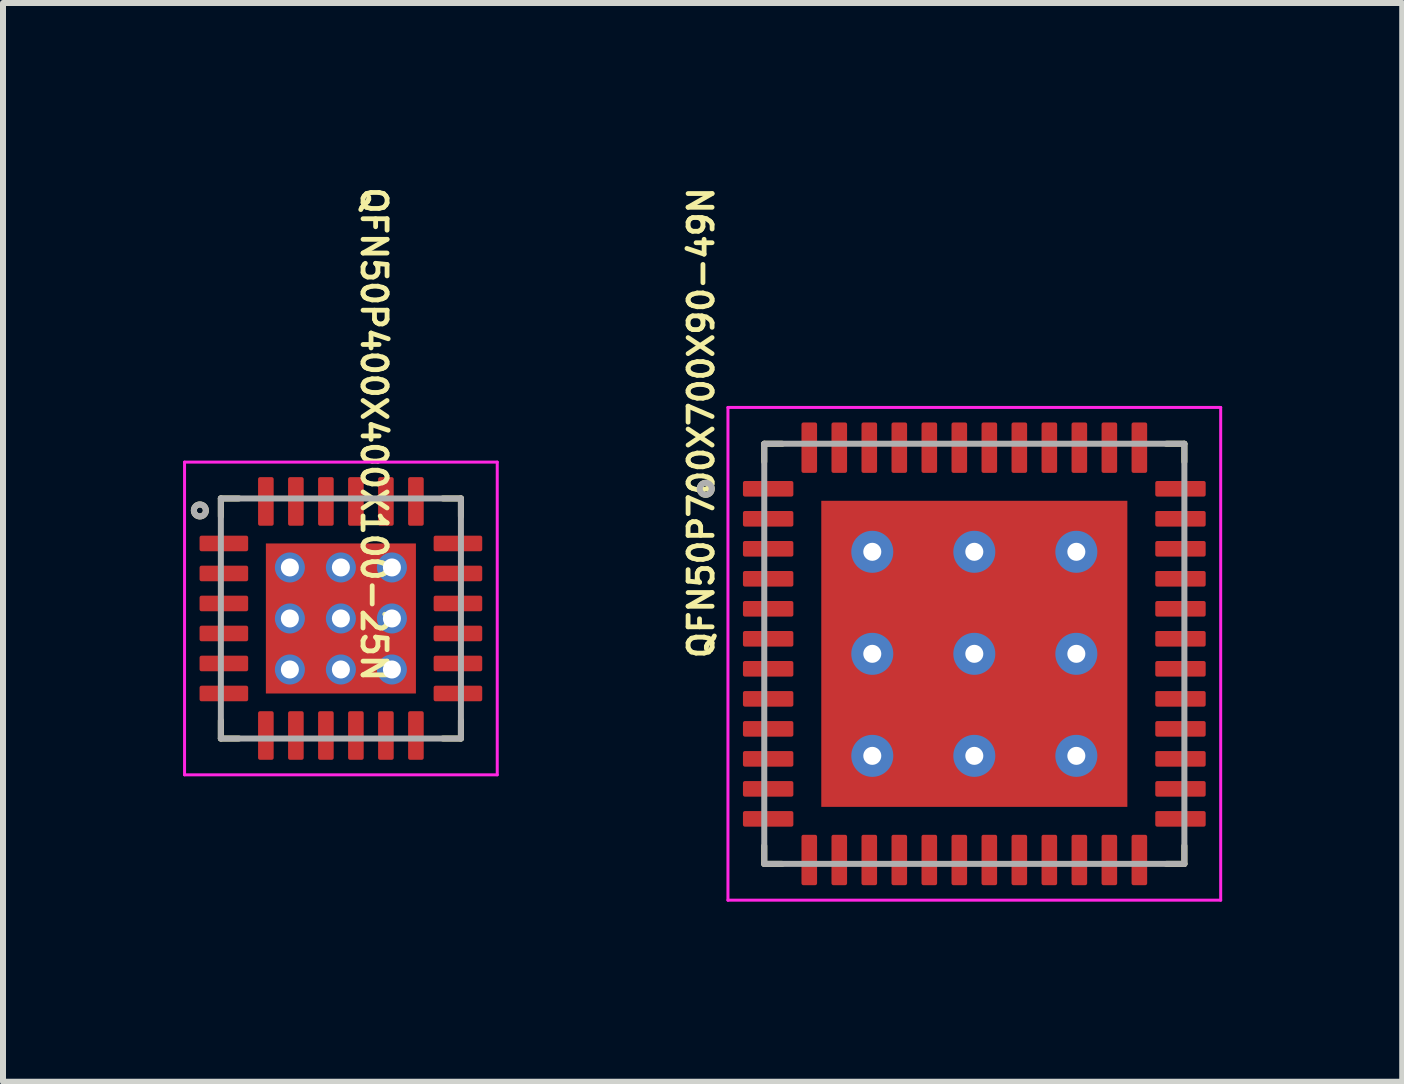
<source format=kicad_pcb>
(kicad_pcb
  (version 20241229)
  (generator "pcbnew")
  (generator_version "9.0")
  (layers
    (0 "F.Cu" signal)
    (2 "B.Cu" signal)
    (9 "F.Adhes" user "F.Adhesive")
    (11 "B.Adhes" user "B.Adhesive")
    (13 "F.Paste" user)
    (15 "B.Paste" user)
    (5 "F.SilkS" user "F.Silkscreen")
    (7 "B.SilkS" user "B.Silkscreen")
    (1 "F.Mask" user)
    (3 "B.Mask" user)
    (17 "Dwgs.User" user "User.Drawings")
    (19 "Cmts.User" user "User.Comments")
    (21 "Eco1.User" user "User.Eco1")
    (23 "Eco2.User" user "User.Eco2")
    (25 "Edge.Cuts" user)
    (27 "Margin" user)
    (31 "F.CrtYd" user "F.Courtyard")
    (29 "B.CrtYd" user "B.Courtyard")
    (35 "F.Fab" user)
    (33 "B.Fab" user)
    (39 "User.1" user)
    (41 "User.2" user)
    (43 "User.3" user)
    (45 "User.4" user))
  (footprint "QFN50P400X400X100-25N"
    (layer "F.Cu")
    (at 2.63 7.255)
    (property "Reference" "QFN50P400X400X100-25N" (at 0.55 -3.07 270) (unlocked yes) (layer "F.SilkS") (effects (font (size 0.4 0.4) (thickness 0.08))))
    (attr smd)
    (fp_line (start -2 -2) (end -2 -1.7) (stroke (width 0.1) (type solid)) (layer "F.SilkS"))
    (fp_line (start -2 -2) (end -1.7 -2) (stroke (width 0.1) (type solid)) (layer "F.SilkS"))
    (fp_line (start -2 2) (end -2 1.7) (stroke (width 0.1) (type solid)) (layer "F.SilkS"))
    (fp_line (start -2 2) (end -1.7 2) (stroke (width 0.1) (type solid)) (layer "F.SilkS"))
    (fp_line (start 2 -2) (end 1.7 -2) (stroke (width 0.1) (type solid)) (layer "F.SilkS"))
    (fp_line (start 2 -2) (end 2 -1.7) (stroke (width 0.1) (type solid)) (layer "F.SilkS"))
    (fp_line (start 2 2) (end 1.7 2) (stroke (width 0.1) (type solid)) (layer "F.SilkS"))
    (fp_line (start 2 2) (end 2 1.7) (stroke (width 0.1) (type solid)) (layer "F.SilkS"))
    (fp_circle (center -2.35 -1.8) (end -2.25 -1.8) (stroke (width 0.1) (type solid)) (fill no) (layer "F.SilkS"))
    (fp_poly (pts (xy -0.79 -0.79) (xy 0.79 -0.79) (xy 0.79 0.79) (xy -0.79 0.79)) (stroke (width 0.1) (type solid)) (fill yes) (layer "F.Paste"))
    (fp_line (start -2.605 -2.605) (end 2.605 -2.605) (stroke (width 0.05) (type solid)) (layer "F.CrtYd"))
    (fp_line (start -2.605 2.605) (end -2.605 -2.605) (stroke (width 0.05) (type solid)) (layer "F.CrtYd"))
    (fp_line (start -2.605 2.605) (end 2.605 2.605) (stroke (width 0.05) (type solid)) (layer "F.CrtYd"))
    (fp_line (start 2.605 2.605) (end 2.605 -2.605) (stroke (width 0.05) (type solid)) (layer "F.CrtYd"))
    (fp_line (start -2 2) (end -2 -2) (stroke (width 0.1) (type solid)) (layer "F.Fab"))
    (fp_line (start 2 -2) (end -2 -2) (stroke (width 0.1) (type solid)) (layer "F.Fab"))
    (fp_line (start 2 2) (end -2 2) (stroke (width 0.1) (type solid)) (layer "F.Fab"))
    (fp_line (start 2 2) (end 2 -2) (stroke (width 0.1) (type solid)) (layer "F.Fab"))
    (fp_circle (center -2.35 -1.8) (end -2.25 -1.8) (stroke (width 0.1) (type solid)) (fill no) (layer "F.Fab"))
    (pad "1" smd roundrect (at -1.95 -1.25) (size 0.81 0.26) (layers "F.Cu" "F.Mask" "F.Paste") (roundrect_rratio 0.125))
    (pad "2" smd roundrect (at -1.95 -0.75) (size 0.81 0.26) (layers "F.Cu" "F.Mask" "F.Paste") (roundrect_rratio 0.125))
    (pad "3" smd roundrect (at -1.95 -0.25) (size 0.81 0.26) (layers "F.Cu" "F.Mask" "F.Paste") (roundrect_rratio 0.125))
    (pad "4" smd roundrect (at -1.95 0.25) (size 0.81 0.26) (layers "F.Cu" "F.Mask" "F.Paste") (roundrect_rratio 0.125))
    (pad "5" smd roundrect (at -1.95 0.75) (size 0.81 0.26) (layers "F.Cu" "F.Mask" "F.Paste") (roundrect_rratio 0.125))
    (pad "6" smd roundrect (at -1.95 1.25) (size 0.81 0.26) (layers "F.Cu" "F.Mask" "F.Paste") (roundrect_rratio 0.125))
    (pad "7" smd roundrect (at -1.25 1.95) (size 0.26 0.81) (layers "F.Cu" "F.Mask" "F.Paste") (roundrect_rratio 0.125))
    (pad "8" smd roundrect (at -0.75 1.95) (size 0.26 0.81) (layers "F.Cu" "F.Mask" "F.Paste") (roundrect_rratio 0.125))
    (pad "9" smd roundrect (at -0.25 1.95) (size 0.26 0.81) (layers "F.Cu" "F.Mask" "F.Paste") (roundrect_rratio 0.125))
    (pad "10" smd roundrect (at 0.25 1.95) (size 0.26 0.81) (layers "F.Cu" "F.Mask" "F.Paste") (roundrect_rratio 0.125))
    (pad "11" smd roundrect (at 0.75 1.95) (size 0.26 0.81) (layers "F.Cu" "F.Mask" "F.Paste") (roundrect_rratio 0.125))
    (pad "12" smd roundrect (at 1.25 1.95) (size 0.26 0.81) (layers "F.Cu" "F.Mask" "F.Paste") (roundrect_rratio 0.125))
    (pad "13" smd roundrect (at 1.95 1.25) (size 0.81 0.26) (layers "F.Cu" "F.Mask" "F.Paste") (roundrect_rratio 0.125))
    (pad "14" smd roundrect (at 1.95 0.75) (size 0.81 0.26) (layers "F.Cu" "F.Mask" "F.Paste") (roundrect_rratio 0.125))
    (pad "15" smd roundrect (at 1.95 0.25) (size 0.81 0.26) (layers "F.Cu" "F.Mask" "F.Paste") (roundrect_rratio 0.125))
    (pad "16" smd roundrect (at 1.95 -0.25) (size 0.81 0.26) (layers "F.Cu" "F.Mask" "F.Paste") (roundrect_rratio 0.125))
    (pad "17" smd roundrect (at 1.95 -0.75) (size 0.81 0.26) (layers "F.Cu" "F.Mask" "F.Paste") (roundrect_rratio 0.125))
    (pad "18" smd roundrect (at 1.95 -1.25) (size 0.81 0.26) (layers "F.Cu" "F.Mask" "F.Paste") (roundrect_rratio 0.125))
    (pad "19" smd roundrect (at 1.25 -1.95) (size 0.26 0.81) (layers "F.Cu" "F.Mask" "F.Paste") (roundrect_rratio 0.125))
    (pad "20" smd roundrect (at 0.75 -1.95) (size 0.26 0.81) (layers "F.Cu" "F.Mask" "F.Paste") (roundrect_rratio 0.125))
    (pad "21" smd roundrect (at 0.25 -1.95) (size 0.26 0.81) (layers "F.Cu" "F.Mask" "F.Paste") (roundrect_rratio 0.125))
    (pad "22" smd roundrect (at -0.25 -1.95) (size 0.26 0.81) (layers "F.Cu" "F.Mask" "F.Paste") (roundrect_rratio 0.125))
    (pad "23" smd roundrect (at -0.75 -1.95) (size 0.26 0.81) (layers "F.Cu" "F.Mask" "F.Paste") (roundrect_rratio 0.125))
    (pad "24" smd roundrect (at -1.25 -1.95) (size 0.26 0.81) (layers "F.Cu" "F.Mask" "F.Paste") (roundrect_rratio 0.125))
    (pad "25" thru_hole circle (at -0.85 -0.85) (size 0.5 0.5) (drill 0.3) (layers "*.Cu"))
    (pad "25" thru_hole circle (at -0.85 0) (size 0.5 0.5) (drill 0.3) (layers "*.Cu"))
    (pad "25" thru_hole circle (at -0.85 0.85) (size 0.5 0.5) (drill 0.3) (layers "*.Cu"))
    (pad "25" thru_hole circle (at 0 -0.85) (size 0.5 0.5) (drill 0.3) (layers "*.Cu"))
    (pad "25" thru_hole circle (at 0 0) (size 0.5 0.5) (drill 0.3) (layers "*.Cu"))
    (pad "25" smd rect (at 0 0) (size 2.5 2.5) (layers "F.Cu" "F.Mask"))
    (pad "25" thru_hole circle (at 0 0.85) (size 0.5 0.5) (drill 0.3) (layers "*.Cu"))
    (pad "25" thru_hole circle (at 0.85 -0.85) (size 0.5 0.5) (drill 0.3) (layers "*.Cu"))
    (pad "25" thru_hole circle (at 0.85 0) (size 0.5 0.5) (drill 0.3) (layers "*.Cu"))
    (pad "25" thru_hole circle (at 0.85 0.85) (size 0.5 0.5) (drill 0.3) (layers "*.Cu")))
  (footprint "QFN50P700X700X90-49N"
    (layer "F.Cu")
    (at 13.184 7.844)
    (property "Reference" "QFN50P700X700X90-49N" (at -4.55 -3.85 90) (unlocked yes) (layer "F.SilkS") (effects (font (size 0.4 0.4) (thickness 0.08))))
    (attr smd)
    (fp_line (start -3.5 -3.5) (end -3.5 -3.2) (stroke (width 0.1) (type solid)) (layer "F.SilkS"))
    (fp_line (start -3.5 -3.5) (end -3.2 -3.5) (stroke (width 0.1) (type solid)) (layer "F.SilkS"))
    (fp_line (start -3.5 3.5) (end -3.5 3.2) (stroke (width 0.1) (type solid)) (layer "F.SilkS"))
    (fp_line (start -3.5 3.5) (end -3.2 3.5) (stroke (width 0.1) (type solid)) (layer "F.SilkS"))
    (fp_line (start 3.5 -3.5) (end 3.2 -3.5) (stroke (width 0.1) (type solid)) (layer "F.SilkS"))
    (fp_line (start 3.5 -3.5) (end 3.5 -3.2) (stroke (width 0.1) (type solid)) (layer "F.SilkS"))
    (fp_line (start 3.5 3.5) (end 3.2 3.5) (stroke (width 0.1) (type solid)) (layer "F.SilkS"))
    (fp_line (start 3.5 3.5) (end 3.5 3.2) (stroke (width 0.1) (type solid)) (layer "F.SilkS"))
    (fp_circle (center -4.475 -2.75) (end -4.375 -2.75) (stroke (width 0.1) (type solid)) (fill no) (layer "F.SilkS"))
    (fp_poly (pts (xy -2.085 -2.085) (xy -0.465 -2.085) (xy -0.465 -0.465) (xy -2.085 -0.465)) (stroke (width 0.1) (type solid)) (fill yes) (layer "F.Paste"))
    (fp_poly (pts (xy -2.085 0.465) (xy -0.465 0.465) (xy -0.465 2.085) (xy -2.085 2.085)) (stroke (width 0.1) (type solid)) (fill yes) (layer "F.Paste"))
    (fp_poly (pts (xy 0.465 -2.085) (xy 2.085 -2.085) (xy 2.085 -0.465) (xy 0.465 -0.465)) (stroke (width 0.1) (type solid)) (fill yes) (layer "F.Paste"))
    (fp_poly (pts (xy 0.465 0.465) (xy 2.085 0.465) (xy 2.085 2.085) (xy 0.465 2.085)) (stroke (width 0.1) (type solid)) (fill yes) (layer "F.Paste"))
    (fp_line (start -4.105 -4.105) (end 4.105 -4.105) (stroke (width 0.05) (type solid)) (layer "F.CrtYd"))
    (fp_line (start -4.105 4.105) (end -4.105 -4.105) (stroke (width 0.05) (type solid)) (layer "F.CrtYd"))
    (fp_line (start -4.105 4.105) (end 4.105 4.105) (stroke (width 0.05) (type solid)) (layer "F.CrtYd"))
    (fp_line (start 4.105 4.105) (end 4.105 -4.105) (stroke (width 0.05) (type solid)) (layer "F.CrtYd"))
    (fp_line (start -3.5 3.5) (end -3.5 -3.5) (stroke (width 0.1) (type solid)) (layer "F.Fab"))
    (fp_line (start 3.5 -3.5) (end -3.5 -3.5) (stroke (width 0.1) (type solid)) (layer "F.Fab"))
    (fp_line (start 3.5 3.5) (end -3.5 3.5) (stroke (width 0.1) (type solid)) (layer "F.Fab"))
    (fp_line (start 3.5 3.5) (end 3.5 -3.5) (stroke (width 0.1) (type solid)) (layer "F.Fab"))
    (fp_circle (center -4.475 -2.75) (end -4.375 -2.75) (stroke (width 0.1) (type solid)) (fill no) (layer "F.Fab"))
    (pad "1" smd roundrect (at -3.435 -2.75) (size 0.84 0.26) (layers "F.Cu" "F.Mask" "F.Paste") (roundrect_rratio 0.125))
    (pad "2" smd roundrect (at -3.435 -2.25) (size 0.84 0.26) (layers "F.Cu" "F.Mask" "F.Paste") (roundrect_rratio 0.125))
    (pad "3" smd roundrect (at -3.435 -1.75) (size 0.84 0.26) (layers "F.Cu" "F.Mask" "F.Paste") (roundrect_rratio 0.125))
    (pad "4" smd roundrect (at -3.435 -1.25) (size 0.84 0.26) (layers "F.Cu" "F.Mask" "F.Paste") (roundrect_rratio 0.125))
    (pad "5" smd roundrect (at -3.435 -0.75) (size 0.84 0.26) (layers "F.Cu" "F.Mask" "F.Paste") (roundrect_rratio 0.125))
    (pad "6" smd roundrect (at -3.435 -0.25) (size 0.84 0.26) (layers "F.Cu" "F.Mask" "F.Paste") (roundrect_rratio 0.125))
    (pad "7" smd roundrect (at -3.435 0.25) (size 0.84 0.26) (layers "F.Cu" "F.Mask" "F.Paste") (roundrect_rratio 0.125))
    (pad "8" smd roundrect (at -3.435 0.75) (size 0.84 0.26) (layers "F.Cu" "F.Mask" "F.Paste") (roundrect_rratio 0.125))
    (pad "9" smd roundrect (at -3.435 1.25) (size 0.84 0.26) (layers "F.Cu" "F.Mask" "F.Paste") (roundrect_rratio 0.125))
    (pad "10" smd roundrect (at -3.435 1.75) (size 0.84 0.26) (layers "F.Cu" "F.Mask" "F.Paste") (roundrect_rratio 0.125))
    (pad "11" smd roundrect (at -3.435 2.25) (size 0.84 0.26) (layers "F.Cu" "F.Mask" "F.Paste") (roundrect_rratio 0.125))
    (pad "12" smd roundrect (at -3.435 2.75) (size 0.84 0.26) (layers "F.Cu" "F.Mask" "F.Paste") (roundrect_rratio 0.125))
    (pad "13" smd roundrect (at -2.75 3.435) (size 0.26 0.84) (layers "F.Cu" "F.Mask" "F.Paste") (roundrect_rratio 0.125))
    (pad "14" smd roundrect (at -2.25 3.435) (size 0.26 0.84) (layers "F.Cu" "F.Mask" "F.Paste") (roundrect_rratio 0.125))
    (pad "15" smd roundrect (at -1.75 3.435) (size 0.26 0.84) (layers "F.Cu" "F.Mask" "F.Paste") (roundrect_rratio 0.125))
    (pad "16" smd roundrect (at -1.25 3.435) (size 0.26 0.84) (layers "F.Cu" "F.Mask" "F.Paste") (roundrect_rratio 0.125))
    (pad "17" smd roundrect (at -0.75 3.435) (size 0.26 0.84) (layers "F.Cu" "F.Mask" "F.Paste") (roundrect_rratio 0.125))
    (pad "18" smd roundrect (at -0.25 3.435) (size 0.26 0.84) (layers "F.Cu" "F.Mask" "F.Paste") (roundrect_rratio 0.125))
    (pad "19" smd roundrect (at 0.25 3.435) (size 0.26 0.84) (layers "F.Cu" "F.Mask" "F.Paste") (roundrect_rratio 0.125))
    (pad "20" smd roundrect (at 0.75 3.435) (size 0.26 0.84) (layers "F.Cu" "F.Mask" "F.Paste") (roundrect_rratio 0.125))
    (pad "21" smd roundrect (at 1.25 3.435) (size 0.26 0.84) (layers "F.Cu" "F.Mask" "F.Paste") (roundrect_rratio 0.125))
    (pad "22" smd roundrect (at 1.75 3.435) (size 0.26 0.84) (layers "F.Cu" "F.Mask" "F.Paste") (roundrect_rratio 0.125))
    (pad "23" smd roundrect (at 2.25 3.435) (size 0.26 0.84) (layers "F.Cu" "F.Mask" "F.Paste") (roundrect_rratio 0.125))
    (pad "24" smd roundrect (at 2.75 3.435) (size 0.26 0.84) (layers "F.Cu" "F.Mask" "F.Paste") (roundrect_rratio 0.125))
    (pad "25" smd roundrect (at 3.435 2.75) (size 0.84 0.26) (layers "F.Cu" "F.Mask" "F.Paste") (roundrect_rratio 0.125))
    (pad "26" smd roundrect (at 3.435 2.25) (size 0.84 0.26) (layers "F.Cu" "F.Mask" "F.Paste") (roundrect_rratio 0.125))
    (pad "27" smd roundrect (at 3.435 1.75) (size 0.84 0.26) (layers "F.Cu" "F.Mask" "F.Paste") (roundrect_rratio 0.125))
    (pad "28" smd roundrect (at 3.435 1.25) (size 0.84 0.26) (layers "F.Cu" "F.Mask" "F.Paste") (roundrect_rratio 0.125))
    (pad "29" smd roundrect (at 3.435 0.75) (size 0.84 0.26) (layers "F.Cu" "F.Mask" "F.Paste") (roundrect_rratio 0.125))
    (pad "30" smd roundrect (at 3.435 0.25) (size 0.84 0.26) (layers "F.Cu" "F.Mask" "F.Paste") (roundrect_rratio 0.125))
    (pad "31" smd roundrect (at 3.435 -0.25) (size 0.84 0.26) (layers "F.Cu" "F.Mask" "F.Paste") (roundrect_rratio 0.125))
    (pad "32" smd roundrect (at 3.435 -0.75) (size 0.84 0.26) (layers "F.Cu" "F.Mask" "F.Paste") (roundrect_rratio 0.125))
    (pad "33" smd roundrect (at 3.435 -1.25) (size 0.84 0.26) (layers "F.Cu" "F.Mask" "F.Paste") (roundrect_rratio 0.125))
    (pad "34" smd roundrect (at 3.435 -1.75) (size 0.84 0.26) (layers "F.Cu" "F.Mask" "F.Paste") (roundrect_rratio 0.125))
    (pad "35" smd roundrect (at 3.435 -2.25) (size 0.84 0.26) (layers "F.Cu" "F.Mask" "F.Paste") (roundrect_rratio 0.125))
    (pad "36" smd roundrect (at 3.435 -2.75) (size 0.84 0.26) (layers "F.Cu" "F.Mask" "F.Paste") (roundrect_rratio 0.125))
    (pad "37" smd roundrect (at 2.75 -3.435) (size 0.26 0.84) (layers "F.Cu" "F.Mask" "F.Paste") (roundrect_rratio 0.125))
    (pad "38" smd roundrect (at 2.25 -3.435) (size 0.26 0.84) (layers "F.Cu" "F.Mask" "F.Paste") (roundrect_rratio 0.125))
    (pad "39" smd roundrect (at 1.75 -3.435) (size 0.26 0.84) (layers "F.Cu" "F.Mask" "F.Paste") (roundrect_rratio 0.125))
    (pad "40" smd roundrect (at 1.25 -3.435) (size 0.26 0.84) (layers "F.Cu" "F.Mask" "F.Paste") (roundrect_rratio 0.125))
    (pad "41" smd roundrect (at 0.75 -3.435) (size 0.26 0.84) (layers "F.Cu" "F.Mask" "F.Paste") (roundrect_rratio 0.125))
    (pad "42" smd roundrect (at 0.25 -3.435) (size 0.26 0.84) (layers "F.Cu" "F.Mask" "F.Paste") (roundrect_rratio 0.125))
    (pad "43" smd roundrect (at -0.25 -3.435) (size 0.26 0.84) (layers "F.Cu" "F.Mask" "F.Paste") (roundrect_rratio 0.125))
    (pad "44" smd roundrect (at -0.75 -3.435) (size 0.26 0.84) (layers "F.Cu" "F.Mask" "F.Paste") (roundrect_rratio 0.125))
    (pad "45" smd roundrect (at -1.25 -3.435) (size 0.26 0.84) (layers "F.Cu" "F.Mask" "F.Paste") (roundrect_rratio 0.125))
    (pad "46" smd roundrect (at -1.75 -3.435) (size 0.26 0.84) (layers "F.Cu" "F.Mask" "F.Paste") (roundrect_rratio 0.125))
    (pad "47" smd roundrect (at -2.25 -3.435) (size 0.26 0.84) (layers "F.Cu" "F.Mask" "F.Paste") (roundrect_rratio 0.125))
    (pad "48" smd roundrect (at -2.75 -3.435) (size 0.26 0.84) (layers "F.Cu" "F.Mask" "F.Paste") (roundrect_rratio 0.125))
    (pad "49" thru_hole circle (at -1.7 -1.7) (size 0.7 0.7) (drill 0.3) (layers "*.Cu" "*.Mask"))
    (pad "49" thru_hole circle (at -1.7 0) (size 0.7 0.7) (drill 0.3) (layers "*.Cu" "*.Mask"))
    (pad "49" thru_hole circle (at -1.7 1.7) (size 0.7 0.7) (drill 0.3) (layers "*.Cu" "*.Mask"))
    (pad "49" thru_hole circle (at 0 -1.7) (size 0.7 0.7) (drill 0.3) (layers "*.Cu" "*.Mask"))
    (pad "49" thru_hole circle (at 0 0) (size 0.7 0.7) (drill 0.3) (layers "*.Cu" "*.Mask"))
    (pad "49" smd rect (at 0 0) (size 5.1 5.1) (layers "F.Cu" "F.Mask"))
    (pad "49" thru_hole circle (at 0 1.7) (size 0.7 0.7) (drill 0.3) (layers "*.Cu" "*.Mask"))
    (pad "49" thru_hole circle (at 1.7 -1.7) (size 0.7 0.7) (drill 0.3) (layers "*.Cu" "*.Mask"))
    (pad "49" thru_hole circle (at 1.7 0) (size 0.7 0.7) (drill 0.3) (layers "*.Cu" "*.Mask"))
    (pad "49" thru_hole circle (at 1.7 1.7) (size 0.7 0.7) (drill 0.3) (layers "*.Cu" "*.Mask")))
  (gr_rect
    (start -3 -3)
    (end 20.314 14.974)
    (stroke (width 0.1) (type default))
    (fill no)
    (layer "Edge.Cuts")))
</source>
